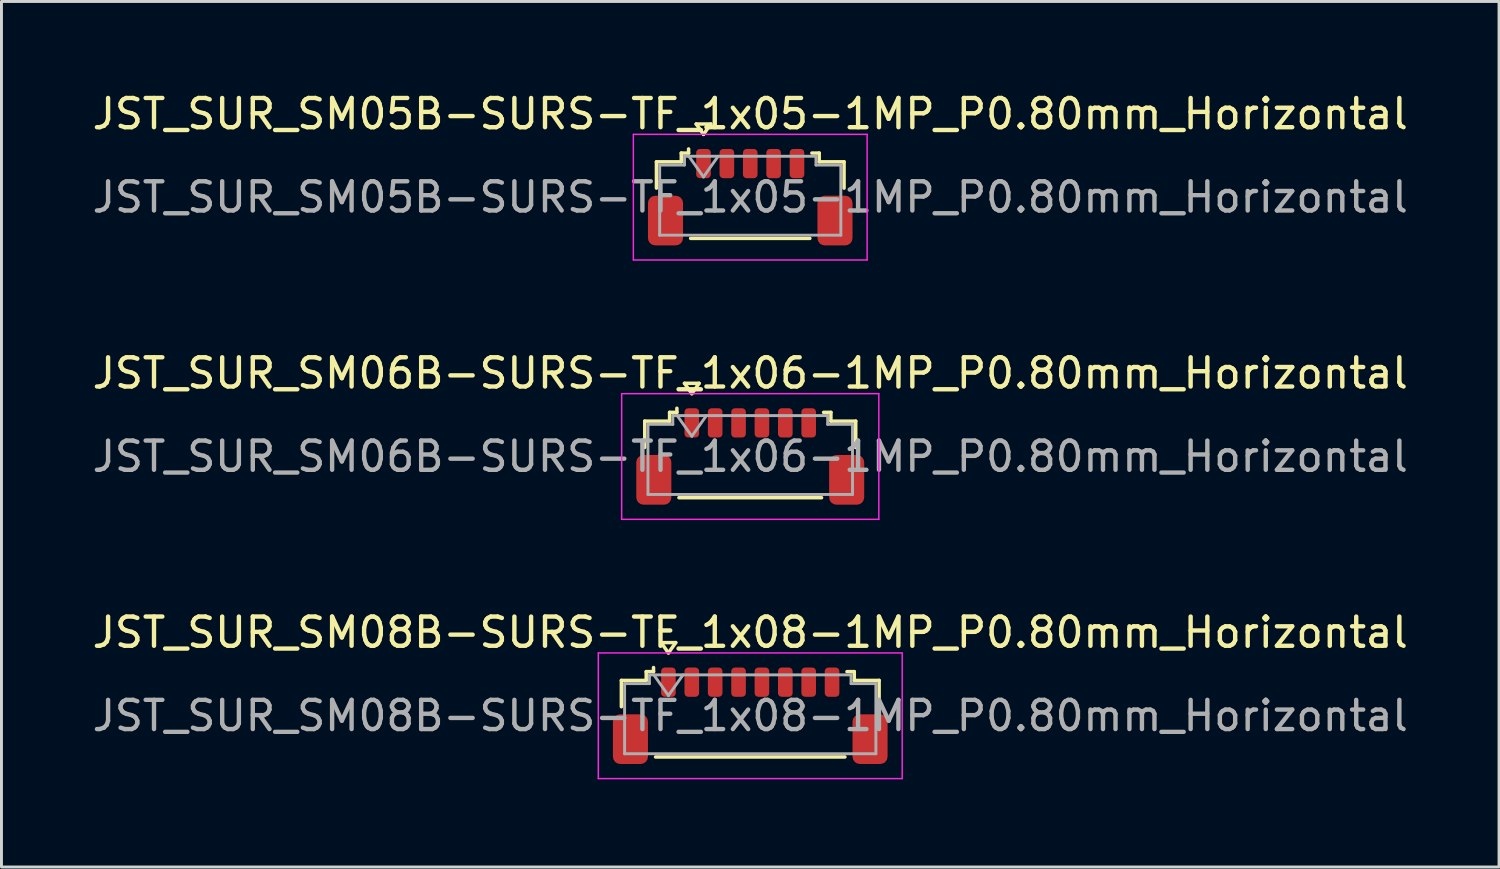
<source format=kicad_pcb>
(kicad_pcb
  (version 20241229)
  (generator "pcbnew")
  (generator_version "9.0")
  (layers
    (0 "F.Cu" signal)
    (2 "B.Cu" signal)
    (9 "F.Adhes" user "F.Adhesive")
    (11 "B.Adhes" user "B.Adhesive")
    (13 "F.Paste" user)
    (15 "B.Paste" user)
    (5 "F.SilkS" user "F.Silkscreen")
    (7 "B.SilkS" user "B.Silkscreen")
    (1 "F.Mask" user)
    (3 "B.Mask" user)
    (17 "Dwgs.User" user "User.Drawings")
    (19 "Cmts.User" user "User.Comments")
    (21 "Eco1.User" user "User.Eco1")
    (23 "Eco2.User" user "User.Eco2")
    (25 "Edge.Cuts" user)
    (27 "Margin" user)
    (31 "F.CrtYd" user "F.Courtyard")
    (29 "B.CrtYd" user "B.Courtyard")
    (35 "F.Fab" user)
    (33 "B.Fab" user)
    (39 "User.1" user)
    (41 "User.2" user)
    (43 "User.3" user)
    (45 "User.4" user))
  (footprint "JST_SUR_SM05B-SURS-TF_1x05-1MP_P0.80mm_Horizontal"
    (layer "F.Cu")
    (at 22.625 3.698)
    (property "Reference" "JST_SUR_SM05B-SURS-TF_1x05-1MP_P0.80mm_Horizontal" (at 0 -2.85 0) (layer "F.SilkS") (effects (font (size 1 1) (thickness 0.15))))
    (attr smd)
    (fp_line (start -3.21 -1.21) (end -2.36 -1.21) (stroke (width 0.12) (type solid)) (layer "F.SilkS"))
    (fp_line (start -3.21 -0.31) (end -3.21 -1.21) (stroke (width 0.12) (type solid)) (layer "F.SilkS"))
    (fp_line (start -2.36 -1.51) (end -2.11 -1.51) (stroke (width 0.12) (type solid)) (layer "F.SilkS"))
    (fp_line (start -2.36 -1.21) (end -2.36 -1.51) (stroke (width 0.12) (type solid)) (layer "F.SilkS"))
    (fp_line (start -2.11 -1.51) (end -2.11 -1.65) (stroke (width 0.12) (type solid)) (layer "F.SilkS"))
    (fp_line (start -2.04 1.41) (end 2.04 1.41) (stroke (width 0.12) (type solid)) (layer "F.SilkS"))
    (fp_line (start -1.85 -2.504) (end -1.6 -2.15) (stroke (width 0.12) (type solid)) (layer "F.SilkS"))
    (fp_line (start -1.6 -2.15) (end -1.35 -2.504) (stroke (width 0.12) (type solid)) (layer "F.SilkS"))
    (fp_line (start -1.35 -2.504) (end -1.85 -2.504) (stroke (width 0.12) (type solid)) (layer "F.SilkS"))
    (fp_line (start 2.36 -1.51) (end 2.11 -1.51) (stroke (width 0.12) (type solid)) (layer "F.SilkS"))
    (fp_line (start 2.36 -1.21) (end 2.36 -1.51) (stroke (width 0.12) (type solid)) (layer "F.SilkS"))
    (fp_line (start 3.21 -1.21) (end 2.36 -1.21) (stroke (width 0.12) (type solid)) (layer "F.SilkS"))
    (fp_line (start 3.21 -0.31) (end 3.21 -1.21) (stroke (width 0.12) (type solid)) (layer "F.SilkS"))
    (fp_line (start -4 -2.15) (end -4 2.15) (stroke (width 0.05) (type solid)) (layer "F.CrtYd"))
    (fp_line (start -4 2.15) (end 4 2.15) (stroke (width 0.05) (type solid)) (layer "F.CrtYd"))
    (fp_line (start 4 -2.15) (end -4 -2.15) (stroke (width 0.05) (type solid)) (layer "F.CrtYd"))
    (fp_line (start 4 2.15) (end 4 -2.15) (stroke (width 0.05) (type solid)) (layer "F.CrtYd"))
    (fp_line (start -3.1 -1.1) (end -3.1 1.3) (stroke (width 0.1) (type solid)) (layer "F.Fab"))
    (fp_line (start -3.1 -1.1) (end -2.25 -1.1) (stroke (width 0.1) (type solid)) (layer "F.Fab"))
    (fp_line (start -3.1 1.3) (end 3.1 1.3) (stroke (width 0.1) (type solid)) (layer "F.Fab"))
    (fp_line (start -2.25 -1.4) (end 2.25 -1.4) (stroke (width 0.1) (type solid)) (layer "F.Fab"))
    (fp_line (start -2.25 -1.1) (end -2.25 -1.4) (stroke (width 0.1) (type solid)) (layer "F.Fab"))
    (fp_line (start -2.1 -1.4) (end -1.6 -0.693) (stroke (width 0.1) (type solid)) (layer "F.Fab"))
    (fp_line (start -1.6 -0.693) (end -1.1 -1.4) (stroke (width 0.1) (type solid)) (layer "F.Fab"))
    (fp_line (start 2.25 -1.4) (end 2.25 -1.1) (stroke (width 0.1) (type solid)) (layer "F.Fab"))
    (fp_line (start 2.25 -1.1) (end 3.1 -1.1) (stroke (width 0.1) (type solid)) (layer "F.Fab"))
    (fp_line (start 3.1 -1.1) (end 3.1 1.3) (stroke (width 0.1) (type solid)) (layer "F.Fab"))
    (fp_text user "${REFERENCE}" (at 0 0 0) (layer "F.Fab") (effects (font (size 1 1) (thickness 0.15))))
    (pad "1" smd roundrect (at -1.6 -1.15) (size 0.5 1) (layers "F.Cu" "F.Mask" "F.Paste") (roundrect_rratio 0.25))
    (pad "2" smd roundrect (at -0.8 -1.15) (size 0.5 1) (layers "F.Cu" "F.Mask" "F.Paste") (roundrect_rratio 0.25))
    (pad "3" smd roundrect (at 0 -1.15) (size 0.5 1) (layers "F.Cu" "F.Mask" "F.Paste") (roundrect_rratio 0.25))
    (pad "4" smd roundrect (at 0.8 -1.15) (size 0.5 1) (layers "F.Cu" "F.Mask" "F.Paste") (roundrect_rratio 0.25))
    (pad "5" smd roundrect (at 1.6 -1.15) (size 0.5 1) (layers "F.Cu" "F.Mask" "F.Paste") (roundrect_rratio 0.25))
    (pad "MP" smd roundrect (at -2.9 0.8) (size 1.2 1.7) (layers "F.Cu" "F.Mask" "F.Paste") (roundrect_rratio 0.208))
    (pad "MP" smd roundrect (at 2.9 0.8) (size 1.2 1.7) (layers "F.Cu" "F.Mask" "F.Paste") (roundrect_rratio 0.208)))
  (footprint "JST_SUR_SM08B-SURS-TF_1x08-1MP_P0.80mm_Horizontal"
    (layer "F.Cu")
    (at 22.625 21.445)
    (property "Reference" "JST_SUR_SM08B-SURS-TF_1x08-1MP_P0.80mm_Horizontal" (at 0 -2.85 0) (layer "F.SilkS") (effects (font (size 1 1) (thickness 0.15))))
    (attr smd)
    (fp_line (start -4.41 -1.21) (end -3.56 -1.21) (stroke (width 0.12) (type solid)) (layer "F.SilkS"))
    (fp_line (start -4.41 -0.31) (end -4.41 -1.21) (stroke (width 0.12) (type solid)) (layer "F.SilkS"))
    (fp_line (start -3.56 -1.51) (end -3.31 -1.51) (stroke (width 0.12) (type solid)) (layer "F.SilkS"))
    (fp_line (start -3.56 -1.21) (end -3.56 -1.51) (stroke (width 0.12) (type solid)) (layer "F.SilkS"))
    (fp_line (start -3.31 -1.51) (end -3.31 -1.65) (stroke (width 0.12) (type solid)) (layer "F.SilkS"))
    (fp_line (start -3.24 1.41) (end 3.24 1.41) (stroke (width 0.12) (type solid)) (layer "F.SilkS"))
    (fp_line (start -3.05 -2.504) (end -2.8 -2.15) (stroke (width 0.12) (type solid)) (layer "F.SilkS"))
    (fp_line (start -2.8 -2.15) (end -2.55 -2.504) (stroke (width 0.12) (type solid)) (layer "F.SilkS"))
    (fp_line (start -2.55 -2.504) (end -3.05 -2.504) (stroke (width 0.12) (type solid)) (layer "F.SilkS"))
    (fp_line (start 3.56 -1.51) (end 3.31 -1.51) (stroke (width 0.12) (type solid)) (layer "F.SilkS"))
    (fp_line (start 3.56 -1.21) (end 3.56 -1.51) (stroke (width 0.12) (type solid)) (layer "F.SilkS"))
    (fp_line (start 4.41 -1.21) (end 3.56 -1.21) (stroke (width 0.12) (type solid)) (layer "F.SilkS"))
    (fp_line (start 4.41 -0.31) (end 4.41 -1.21) (stroke (width 0.12) (type solid)) (layer "F.SilkS"))
    (fp_line (start -5.2 -2.15) (end -5.2 2.15) (stroke (width 0.05) (type solid)) (layer "F.CrtYd"))
    (fp_line (start -5.2 2.15) (end 5.2 2.15) (stroke (width 0.05) (type solid)) (layer "F.CrtYd"))
    (fp_line (start 5.2 -2.15) (end -5.2 -2.15) (stroke (width 0.05) (type solid)) (layer "F.CrtYd"))
    (fp_line (start 5.2 2.15) (end 5.2 -2.15) (stroke (width 0.05) (type solid)) (layer "F.CrtYd"))
    (fp_line (start -4.3 -1.1) (end -4.3 1.3) (stroke (width 0.1) (type solid)) (layer "F.Fab"))
    (fp_line (start -4.3 -1.1) (end -3.45 -1.1) (stroke (width 0.1) (type solid)) (layer "F.Fab"))
    (fp_line (start -4.3 1.3) (end 4.3 1.3) (stroke (width 0.1) (type solid)) (layer "F.Fab"))
    (fp_line (start -3.45 -1.4) (end 3.45 -1.4) (stroke (width 0.1) (type solid)) (layer "F.Fab"))
    (fp_line (start -3.45 -1.1) (end -3.45 -1.4) (stroke (width 0.1) (type solid)) (layer "F.Fab"))
    (fp_line (start -3.3 -1.4) (end -2.8 -0.693) (stroke (width 0.1) (type solid)) (layer "F.Fab"))
    (fp_line (start -2.8 -0.693) (end -2.3 -1.4) (stroke (width 0.1) (type solid)) (layer "F.Fab"))
    (fp_line (start 3.45 -1.4) (end 3.45 -1.1) (stroke (width 0.1) (type solid)) (layer "F.Fab"))
    (fp_line (start 3.45 -1.1) (end 4.3 -1.1) (stroke (width 0.1) (type solid)) (layer "F.Fab"))
    (fp_line (start 4.3 -1.1) (end 4.3 1.3) (stroke (width 0.1) (type solid)) (layer "F.Fab"))
    (fp_text user "${REFERENCE}" (at 0 0 0) (layer "F.Fab") (effects (font (size 1 1) (thickness 0.15))))
    (pad "1" smd roundrect (at -2.8 -1.15) (size 0.5 1) (layers "F.Cu" "F.Mask" "F.Paste") (roundrect_rratio 0.25))
    (pad "2" smd roundrect (at -2 -1.15) (size 0.5 1) (layers "F.Cu" "F.Mask" "F.Paste") (roundrect_rratio 0.25))
    (pad "3" smd roundrect (at -1.2 -1.15) (size 0.5 1) (layers "F.Cu" "F.Mask" "F.Paste") (roundrect_rratio 0.25))
    (pad "4" smd roundrect (at -0.4 -1.15) (size 0.5 1) (layers "F.Cu" "F.Mask" "F.Paste") (roundrect_rratio 0.25))
    (pad "5" smd roundrect (at 0.4 -1.15) (size 0.5 1) (layers "F.Cu" "F.Mask" "F.Paste") (roundrect_rratio 0.25))
    (pad "6" smd roundrect (at 1.2 -1.15) (size 0.5 1) (layers "F.Cu" "F.Mask" "F.Paste") (roundrect_rratio 0.25))
    (pad "7" smd roundrect (at 2 -1.15) (size 0.5 1) (layers "F.Cu" "F.Mask" "F.Paste") (roundrect_rratio 0.25))
    (pad "8" smd roundrect (at 2.8 -1.15) (size 0.5 1) (layers "F.Cu" "F.Mask" "F.Paste") (roundrect_rratio 0.25))
    (pad "MP" smd roundrect (at -4.1 0.8) (size 1.2 1.7) (layers "F.Cu" "F.Mask" "F.Paste") (roundrect_rratio 0.208))
    (pad "MP" smd roundrect (at 4.1 0.8) (size 1.2 1.7) (layers "F.Cu" "F.Mask" "F.Paste") (roundrect_rratio 0.208)))
  (footprint "JST_SUR_SM06B-SURS-TF_1x06-1MP_P0.80mm_Horizontal"
    (layer "F.Cu")
    (at 22.625 12.572)
    (property "Reference" "JST_SUR_SM06B-SURS-TF_1x06-1MP_P0.80mm_Horizontal" (at 0 -2.85 0) (layer "F.SilkS") (effects (font (size 1 1) (thickness 0.15))))
    (attr smd)
    (fp_line (start -3.61 -1.21) (end -2.76 -1.21) (stroke (width 0.12) (type solid)) (layer "F.SilkS"))
    (fp_line (start -3.61 -0.31) (end -3.61 -1.21) (stroke (width 0.12) (type solid)) (layer "F.SilkS"))
    (fp_line (start -2.76 -1.51) (end -2.51 -1.51) (stroke (width 0.12) (type solid)) (layer "F.SilkS"))
    (fp_line (start -2.76 -1.21) (end -2.76 -1.51) (stroke (width 0.12) (type solid)) (layer "F.SilkS"))
    (fp_line (start -2.51 -1.51) (end -2.51 -1.65) (stroke (width 0.12) (type solid)) (layer "F.SilkS"))
    (fp_line (start -2.44 1.41) (end 2.44 1.41) (stroke (width 0.12) (type solid)) (layer "F.SilkS"))
    (fp_line (start -2.25 -2.504) (end -2 -2.15) (stroke (width 0.12) (type solid)) (layer "F.SilkS"))
    (fp_line (start -2 -2.15) (end -1.75 -2.504) (stroke (width 0.12) (type solid)) (layer "F.SilkS"))
    (fp_line (start -1.75 -2.504) (end -2.25 -2.504) (stroke (width 0.12) (type solid)) (layer "F.SilkS"))
    (fp_line (start 2.76 -1.51) (end 2.51 -1.51) (stroke (width 0.12) (type solid)) (layer "F.SilkS"))
    (fp_line (start 2.76 -1.21) (end 2.76 -1.51) (stroke (width 0.12) (type solid)) (layer "F.SilkS"))
    (fp_line (start 3.61 -1.21) (end 2.76 -1.21) (stroke (width 0.12) (type solid)) (layer "F.SilkS"))
    (fp_line (start 3.61 -0.31) (end 3.61 -1.21) (stroke (width 0.12) (type solid)) (layer "F.SilkS"))
    (fp_line (start -4.4 -2.15) (end -4.4 2.15) (stroke (width 0.05) (type solid)) (layer "F.CrtYd"))
    (fp_line (start -4.4 2.15) (end 4.4 2.15) (stroke (width 0.05) (type solid)) (layer "F.CrtYd"))
    (fp_line (start 4.4 -2.15) (end -4.4 -2.15) (stroke (width 0.05) (type solid)) (layer "F.CrtYd"))
    (fp_line (start 4.4 2.15) (end 4.4 -2.15) (stroke (width 0.05) (type solid)) (layer "F.CrtYd"))
    (fp_line (start -3.5 -1.1) (end -3.5 1.3) (stroke (width 0.1) (type solid)) (layer "F.Fab"))
    (fp_line (start -3.5 -1.1) (end -2.65 -1.1) (stroke (width 0.1) (type solid)) (layer "F.Fab"))
    (fp_line (start -3.5 1.3) (end 3.5 1.3) (stroke (width 0.1) (type solid)) (layer "F.Fab"))
    (fp_line (start -2.65 -1.4) (end 2.65 -1.4) (stroke (width 0.1) (type solid)) (layer "F.Fab"))
    (fp_line (start -2.65 -1.1) (end -2.65 -1.4) (stroke (width 0.1) (type solid)) (layer "F.Fab"))
    (fp_line (start -2.5 -1.4) (end -2 -0.693) (stroke (width 0.1) (type solid)) (layer "F.Fab"))
    (fp_line (start -2 -0.693) (end -1.5 -1.4) (stroke (width 0.1) (type solid)) (layer "F.Fab"))
    (fp_line (start 2.65 -1.4) (end 2.65 -1.1) (stroke (width 0.1) (type solid)) (layer "F.Fab"))
    (fp_line (start 2.65 -1.1) (end 3.5 -1.1) (stroke (width 0.1) (type solid)) (layer "F.Fab"))
    (fp_line (start 3.5 -1.1) (end 3.5 1.3) (stroke (width 0.1) (type solid)) (layer "F.Fab"))
    (fp_text user "${REFERENCE}" (at 0 0 0) (layer "F.Fab") (effects (font (size 1 1) (thickness 0.15))))
    (pad "1" smd roundrect (at -2 -1.15) (size 0.5 1) (layers "F.Cu" "F.Mask" "F.Paste") (roundrect_rratio 0.25))
    (pad "2" smd roundrect (at -1.2 -1.15) (size 0.5 1) (layers "F.Cu" "F.Mask" "F.Paste") (roundrect_rratio 0.25))
    (pad "3" smd roundrect (at -0.4 -1.15) (size 0.5 1) (layers "F.Cu" "F.Mask" "F.Paste") (roundrect_rratio 0.25))
    (pad "4" smd roundrect (at 0.4 -1.15) (size 0.5 1) (layers "F.Cu" "F.Mask" "F.Paste") (roundrect_rratio 0.25))
    (pad "5" smd roundrect (at 1.2 -1.15) (size 0.5 1) (layers "F.Cu" "F.Mask" "F.Paste") (roundrect_rratio 0.25))
    (pad "6" smd roundrect (at 2 -1.15) (size 0.5 1) (layers "F.Cu" "F.Mask" "F.Paste") (roundrect_rratio 0.25))
    (pad "MP" smd roundrect (at -3.3 0.8) (size 1.2 1.7) (layers "F.Cu" "F.Mask" "F.Paste") (roundrect_rratio 0.208))
    (pad "MP" smd roundrect (at 3.3 0.8) (size 1.2 1.7) (layers "F.Cu" "F.Mask" "F.Paste") (roundrect_rratio 0.208)))
  (gr_rect
    (start -3 -3)
    (end 48.25 26.62)
    (stroke (width 0.1) (type default))
    (fill no)
    (layer "Edge.Cuts")))
</source>
